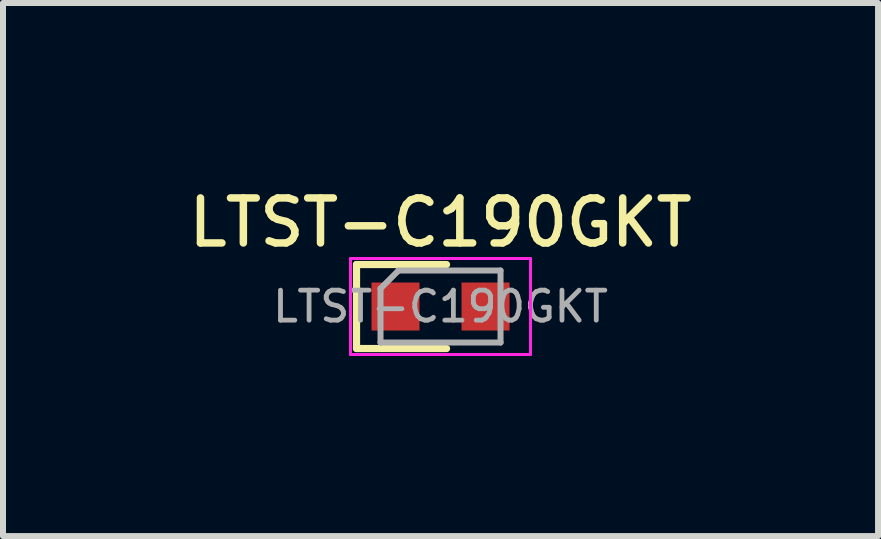
<source format=kicad_pcb>
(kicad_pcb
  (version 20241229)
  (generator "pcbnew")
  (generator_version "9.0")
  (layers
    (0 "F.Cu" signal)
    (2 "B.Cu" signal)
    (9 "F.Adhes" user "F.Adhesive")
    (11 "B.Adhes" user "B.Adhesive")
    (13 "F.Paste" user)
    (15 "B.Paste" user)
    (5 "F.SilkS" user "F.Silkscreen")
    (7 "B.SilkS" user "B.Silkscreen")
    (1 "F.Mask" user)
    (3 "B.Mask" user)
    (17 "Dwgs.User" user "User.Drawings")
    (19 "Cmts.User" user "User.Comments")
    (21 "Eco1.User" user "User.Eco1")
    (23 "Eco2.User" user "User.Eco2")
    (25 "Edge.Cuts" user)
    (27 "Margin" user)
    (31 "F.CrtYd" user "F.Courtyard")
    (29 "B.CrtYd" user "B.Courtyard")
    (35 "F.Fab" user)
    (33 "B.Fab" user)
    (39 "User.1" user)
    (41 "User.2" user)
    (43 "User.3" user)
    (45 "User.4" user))
  (footprint "LTST-C190GKT"
    (layer "F.Cu")
    (at 4.291 2.058)
    (property "Reference" "LTST-C190GKT" (at 0 -1.4 0) (layer "F.SilkS") (effects (font (size 0.75 0.75) (thickness 0.125))))
    (attr smd)
    (fp_line (start -1.4 -0.7) (end -1.4 0.7) (stroke (width 0.12) (type solid)) (layer "F.SilkS"))
    (fp_line (start -1.4 0.7) (end 0.1 0.7) (stroke (width 0.12) (type solid)) (layer "F.SilkS"))
    (fp_line (start 0.1 -0.7) (end -1.4 -0.7) (stroke (width 0.12) (type solid)) (layer "F.SilkS"))
    (fp_line (start -1.5 -0.8) (end 1.5 -0.8) (stroke (width 0.05) (type solid)) (layer "F.CrtYd"))
    (fp_line (start -1.5 0.8) (end -1.5 -0.8) (stroke (width 0.05) (type solid)) (layer "F.CrtYd"))
    (fp_line (start 1.5 -0.8) (end 1.5 0.8) (stroke (width 0.05) (type solid)) (layer "F.CrtYd"))
    (fp_line (start 1.5 0.8) (end -1.5 0.8) (stroke (width 0.05) (type solid)) (layer "F.CrtYd"))
    (fp_line (start -1 -0.3) (end -1 0.6) (stroke (width 0.1) (type solid)) (layer "F.Fab"))
    (fp_line (start -1 0.6) (end 1 0.6) (stroke (width 0.1) (type solid)) (layer "F.Fab"))
    (fp_line (start -0.7 -0.6) (end -1 -0.3) (stroke (width 0.1) (type solid)) (layer "F.Fab"))
    (fp_line (start 1 -0.6) (end -0.7 -0.6) (stroke (width 0.1) (type solid)) (layer "F.Fab"))
    (fp_line (start 1 0.6) (end 1 -0.6) (stroke (width 0.1) (type solid)) (layer "F.Fab"))
    (fp_text user "${REFERENCE}" (at 0 0 0) (layer "F.Fab") (effects (font (size 0.5 0.5) (thickness 0.08))))
    (pad "1" smd rect (at -0.75 0) (size 0.8 0.8) (layers "F.Cu" "F.Mask" "F.Paste"))
    (pad "2" smd rect (at 0.75 0) (size 0.8 0.8) (layers "F.Cu" "F.Mask" "F.Paste")))
  (gr_rect
    (start -3 -3)
    (end 11.582 5.883)
    (stroke (width 0.1) (type default))
    (fill no)
    (layer "Edge.Cuts")))
</source>
